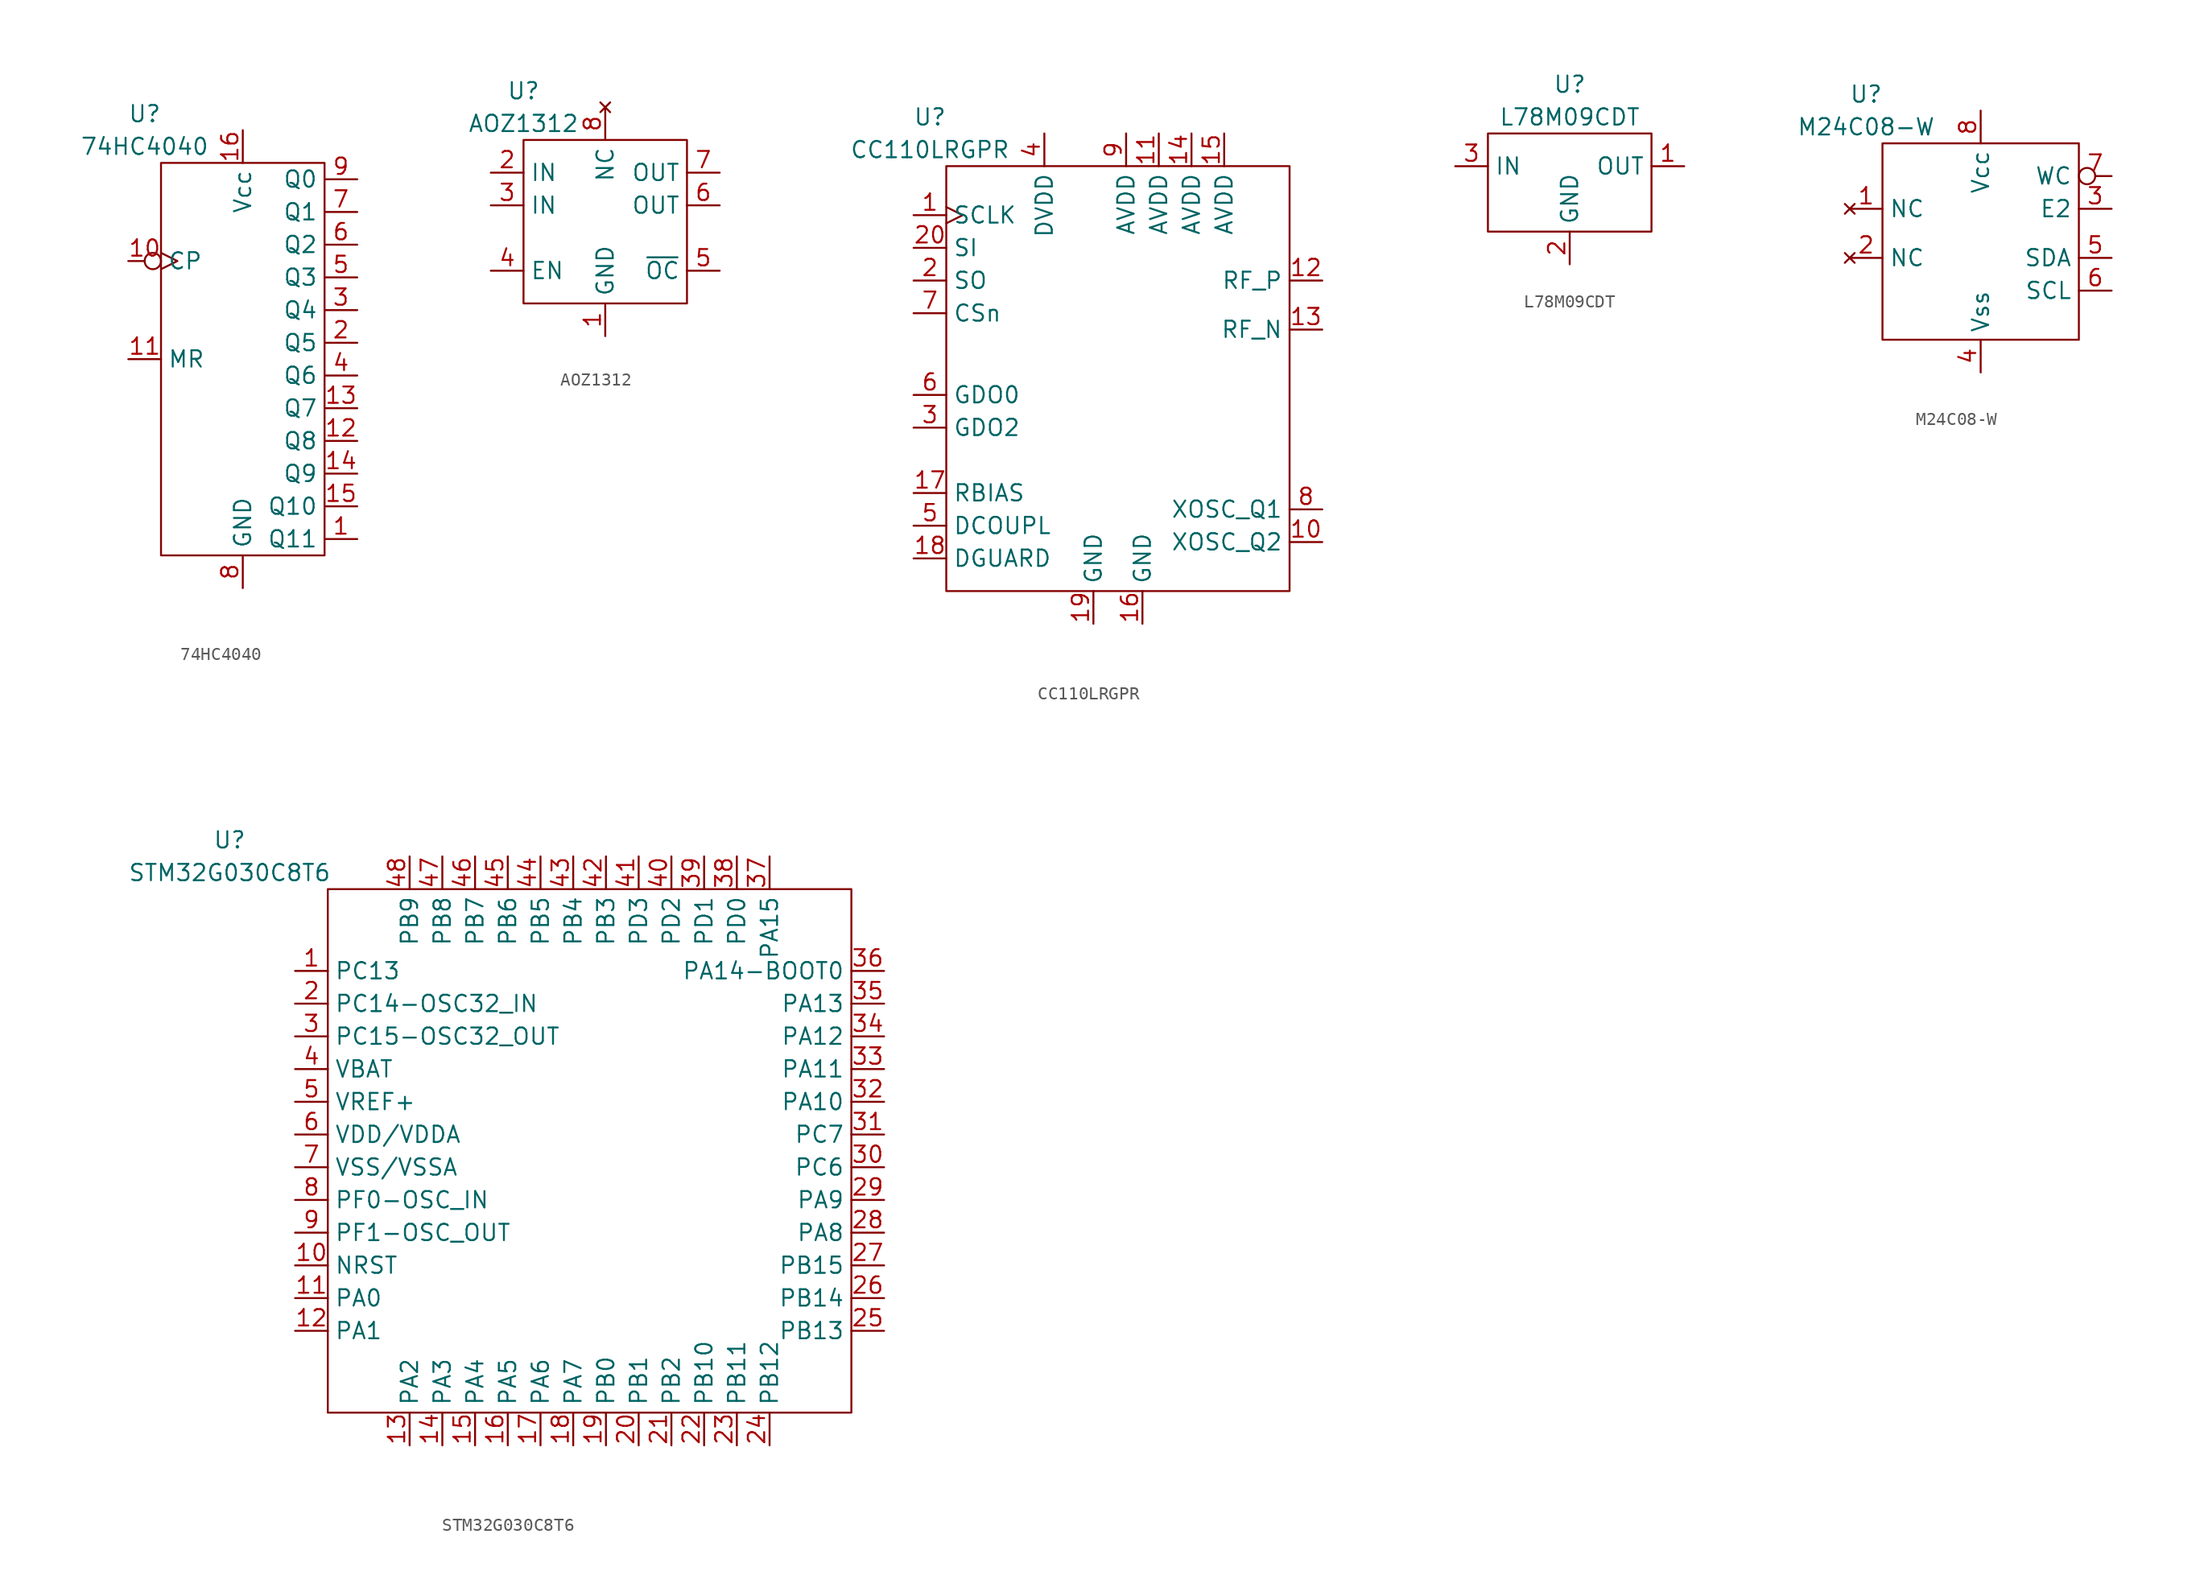
<source format=kicad_sym>
(kicad_symbol_lib
  (version 20211014)
  (generator kicad_symbol_editor)
  (symbol "74HC4040"
    (property "Reference" "U"
      (at -8.89 2.54 0)
      (effects (font (size 1.27 1.27))))
    (property "Value" "74HC4040"
      (at -8.89 0 0)
      (effects (font (size 1.27 1.27))))
    (symbol "74HC4040_0_1"
      (rectangle (start -7.62 -1.27) (end 5.08 -31.75) (stroke (width 0.152) (type default) (color 0 0 0 0)) (fill (type none))))
    (symbol "74HC4040_1_1"
      (pin output line (at 7.62 -30.48 180) (length 2.54) (name "Q11" (effects (font (size 1.27 1.27)))) (number "1" (effects (font (size 1.27 1.27)))))
      (pin input inverted_clock (at -10.16 -8.89 0) (length 2.54) (name "CP" (effects (font (size 1.27 1.27)))) (number "10" (effects (font (size 1.27 1.27)))))
      (pin input line (at -10.16 -16.51 0) (length 2.54) (name "MR" (effects (font (size 1.27 1.27)))) (number "11" (effects (font (size 1.27 1.27)))))
      (pin output line (at 7.62 -22.86 180) (length 2.54) (name "Q8" (effects (font (size 1.27 1.27)))) (number "12" (effects (font (size 1.27 1.27)))))
      (pin output line (at 7.62 -20.32 180) (length 2.54) (name "Q7" (effects (font (size 1.27 1.27)))) (number "13" (effects (font (size 1.27 1.27)))))
      (pin output line (at 7.62 -25.4 180) (length 2.54) (name "Q9" (effects (font (size 1.27 1.27)))) (number "14" (effects (font (size 1.27 1.27)))))
      (pin output line (at 7.62 -27.94 180) (length 2.54) (name "Q10" (effects (font (size 1.27 1.27)))) (number "15" (effects (font (size 1.27 1.27)))))
      (pin power_in line (at -1.27 1.27 270) (length 2.54) (name "Vcc" (effects (font (size 1.27 1.27)))) (number "16" (effects (font (size 1.27 1.27)))))
      (pin output line (at 7.62 -15.24 180) (length 2.54) (name "Q5" (effects (font (size 1.27 1.27)))) (number "2" (effects (font (size 1.27 1.27)))))
      (pin output line (at 7.62 -12.7 180) (length 2.54) (name "Q4" (effects (font (size 1.27 1.27)))) (number "3" (effects (font (size 1.27 1.27)))))
      (pin output line (at 7.62 -17.78 180) (length 2.54) (name "Q6" (effects (font (size 1.27 1.27)))) (number "4" (effects (font (size 1.27 1.27)))))
      (pin output line (at 7.62 -10.16 180) (length 2.54) (name "Q3" (effects (font (size 1.27 1.27)))) (number "5" (effects (font (size 1.27 1.27)))))
      (pin output line (at 7.62 -7.62 180) (length 2.54) (name "Q2" (effects (font (size 1.27 1.27)))) (number "6" (effects (font (size 1.27 1.27)))))
      (pin output line (at 7.62 -5.08 180) (length 2.54) (name "Q1" (effects (font (size 1.27 1.27)))) (number "7" (effects (font (size 1.27 1.27)))))
      (pin input line (at -1.27 -34.29 90) (length 2.54) (name "GND" (effects (font (size 1.27 1.27)))) (number "8" (effects (font (size 1.27 1.27)))))
      (pin output line (at 7.62 -2.54 180) (length 2.54) (name "Q0" (effects (font (size 1.27 1.27)))) (number "9" (effects (font (size 1.27 1.27)))))))
  (symbol "AOZ1312"
    (property "Reference" "U"
      (at -5.08 -1.27 0)
      (effects (font (size 1.27 1.27))))
    (property "Value" "AOZ1312"
      (at -5.08 -3.81 0)
      (effects (font (size 1.27 1.27))))
    (symbol "AOZ1312_0_1"
      (rectangle (start -5.08 -5.08) (end 7.62 -17.78) (stroke (width 0.152) (type default) (color 0 0 0 0)) (fill (type none))))
    (symbol "AOZ1312_1_1"
      (pin power_in line (at 1.27 -20.32 90) (length 2.54) (name "GND" (effects (font (size 1.27 1.27)))) (number "1" (effects (font (size 1.27 1.27)))))
      (pin input line (at -7.62 -7.62 0) (length 2.54) (name "IN" (effects (font (size 1.27 1.27)))) (number "2" (effects (font (size 1.27 1.27)))))
      (pin input line (at -7.62 -10.16 0) (length 2.54) (name "IN" (effects (font (size 1.27 1.27)))) (number "3" (effects (font (size 1.27 1.27)))))
      (pin input line (at -7.62 -15.24 0) (length 2.54) (name "EN" (effects (font (size 1.27 1.27)))) (number "4" (effects (font (size 1.27 1.27)))))
      (pin output line (at 10.16 -15.24 180) (length 2.54) (name "~{OC}" (effects (font (size 1.27 1.27)))) (number "5" (effects (font (size 1.27 1.27)))))
      (pin output line (at 10.16 -10.16 180) (length 2.54) (name "OUT" (effects (font (size 1.27 1.27)))) (number "6" (effects (font (size 1.27 1.27)))))
      (pin output line (at 10.16 -7.62 180) (length 2.54) (name "OUT" (effects (font (size 1.27 1.27)))) (number "7" (effects (font (size 1.27 1.27)))))
      (pin no_connect line (at 1.27 -2.54 270) (length 2.54) (name "NC" (effects (font (size 1.27 1.27)))) (number "8" (effects (font (size 1.27 1.27)))))))
  (symbol "CC110LRGPR"
    (property "Reference" "U"
      (at 1.27 1.27 0)
      (effects (font (size 1.27 1.27))))
    (property "Value" "CC110LRGPR"
      (at 1.27 -1.27 0)
      (effects (font (size 1.27 1.27))))
    (symbol "CC110LRGPR_0_1"
      (rectangle (start 2.54 -2.54) (end 29.21 -35.56) (stroke (width 0.152) (type default) (color 0 0 0 0)) (fill (type none))))
    (symbol "CC110LRGPR_1_1"
      (pin input clock (at 0 -6.35 0) (length 2.54) (name "SCLK" (effects (font (size 1.27 1.27)))) (number "1" (effects (font (size 1.27 1.27)))))
      (pin input line (at 31.75 -31.75 180) (length 2.54) (name "XOSC_Q2" (effects (font (size 1.27 1.27)))) (number "10" (effects (font (size 1.27 1.27)))))
      (pin power_in line (at 19.05 0 270) (length 2.54) (name "AVDD" (effects (font (size 1.27 1.27)))) (number "11" (effects (font (size 1.27 1.27)))))
      (pin input line (at 31.75 -11.43 180) (length 2.54) (name "RF_P" (effects (font (size 1.27 1.27)))) (number "12" (effects (font (size 1.27 1.27)))))
      (pin input line (at 31.75 -15.24 180) (length 2.54) (name "RF_N" (effects (font (size 1.27 1.27)))) (number "13" (effects (font (size 1.27 1.27)))))
      (pin power_in line (at 21.59 0 270) (length 2.54) (name "AVDD" (effects (font (size 1.27 1.27)))) (number "14" (effects (font (size 1.27 1.27)))))
      (pin power_in line (at 24.13 0 270) (length 2.54) (name "AVDD" (effects (font (size 1.27 1.27)))) (number "15" (effects (font (size 1.27 1.27)))))
      (pin input line (at 17.78 -38.1 90) (length 2.54) (name "GND" (effects (font (size 1.27 1.27)))) (number "16" (effects (font (size 1.27 1.27)))))
      (pin input line (at 0 -27.94 0) (length 2.54) (name "RBIAS" (effects (font (size 1.27 1.27)))) (number "17" (effects (font (size 1.27 1.27)))))
      (pin input line (at 0 -33.02 0) (length 2.54) (name "DGUARD" (effects (font (size 1.27 1.27)))) (number "18" (effects (font (size 1.27 1.27)))))
      (pin input line (at 13.97 -38.1 90) (length 2.54) (name "GND" (effects (font (size 1.27 1.27)))) (number "19" (effects (font (size 1.27 1.27)))))
      (pin output line (at 0 -11.43 0) (length 2.54) (name "SO" (effects (font (size 1.27 1.27)))) (number "2" (effects (font (size 1.27 1.27)))))
      (pin input line (at 0 -8.89 0) (length 2.54) (name "SI" (effects (font (size 1.27 1.27)))) (number "20" (effects (font (size 1.27 1.27)))))
      (pin input line (at 0 -22.86 0) (length 2.54) (name "GDO2" (effects (font (size 1.27 1.27)))) (number "3" (effects (font (size 1.27 1.27)))))
      (pin power_in line (at 10.16 0 270) (length 2.54) (name "DVDD" (effects (font (size 1.27 1.27)))) (number "4" (effects (font (size 1.27 1.27)))))
      (pin input line (at 0 -30.48 0) (length 2.54) (name "DCOUPL" (effects (font (size 1.27 1.27)))) (number "5" (effects (font (size 1.27 1.27)))))
      (pin input line (at 0 -20.32 0) (length 2.54) (name "GDO0" (effects (font (size 1.27 1.27)))) (number "6" (effects (font (size 1.27 1.27)))))
      (pin input line (at 0 -13.97 0) (length 2.54) (name "CSn" (effects (font (size 1.27 1.27)))) (number "7" (effects (font (size 1.27 1.27)))))
      (pin input line (at 31.75 -29.21 180) (length 2.54) (name "XOSC_Q1" (effects (font (size 1.27 1.27)))) (number "8" (effects (font (size 1.27 1.27)))))
      (pin power_in line (at 16.51 0 270) (length 2.54) (name "AVDD" (effects (font (size 1.27 1.27)))) (number "9" (effects (font (size 1.27 1.27)))))))
  (symbol "L78M09CDT"
    (property "Reference" "U"
      (at 1.27 1.27 0)
      (effects (font (size 1.27 1.27))))
    (property "Value" "L78M09CDT"
      (at 1.27 -1.27 0)
      (effects (font (size 1.27 1.27))))
    (symbol "L78M09CDT_0_1"
      (rectangle (start -5.08 -2.54) (end 7.62 -10.16) (stroke (width 0) (type default) (color 0 0 0 0)) (fill (type none))))
    (symbol "L78M09CDT_1_1"
      (pin power_out line (at 10.16 -5.08 180) (length 2.54) (name "OUT" (effects (font (size 1.27 1.27)))) (number "1" (effects (font (size 1.27 1.27)))))
      (pin input line (at 1.27 -12.7 90) (length 2.54) (name "GND" (effects (font (size 1.27 1.27)))) (number "2" (effects (font (size 1.27 1.27)))))
      (pin power_in line (at -7.62 -5.08 0) (length 2.54) (name "IN" (effects (font (size 1.27 1.27)))) (number "3" (effects (font (size 1.27 1.27)))))))
  (symbol "M24C08-W"
    (property "Reference" "U"
      (at -6.35 1.27 0)
      (effects (font (size 1.27 1.27))))
    (property "Value" "M24C08-W"
      (at -6.35 -1.27 0)
      (effects (font (size 1.27 1.27))))
    (symbol "M24C08-W_0_1"
      (rectangle (start -5.08 -2.54) (end 10.16 -17.78) (stroke (width 0.152) (type default) (color 0 0 0 0)) (fill (type none))))
    (symbol "M24C08-W_1_1"
      (pin no_connect line (at -7.62 -7.62 0) (length 2.54) (name "NC" (effects (font (size 1.27 1.27)))) (number "1" (effects (font (size 1.27 1.27)))))
      (pin no_connect line (at -7.62 -11.43 0) (length 2.54) (name "NC" (effects (font (size 1.27 1.27)))) (number "2" (effects (font (size 1.27 1.27)))))
      (pin input line (at 12.7 -7.62 180) (length 2.54) (name "E2" (effects (font (size 1.27 1.27)))) (number "3" (effects (font (size 1.27 1.27)))))
      (pin power_in line (at 2.54 -20.32 90) (length 2.54) (name "Vss" (effects (font (size 1.27 1.27)))) (number "4" (effects (font (size 1.27 1.27)))))
      (pin input line (at 12.7 -11.43 180) (length 2.54) (name "SDA" (effects (font (size 1.27 1.27)))) (number "5" (effects (font (size 1.27 1.27)))))
      (pin input line (at 12.7 -13.97 180) (length 2.54) (name "SCL" (effects (font (size 1.27 1.27)))) (number "6" (effects (font (size 1.27 1.27)))))
      (pin input inverted (at 12.7 -5.08 180) (length 2.54) (name "WC" (effects (font (size 1.27 1.27)))) (number "7" (effects (font (size 1.27 1.27)))))
      (pin power_in line (at 2.54 0 270) (length 2.54) (name "Vcc" (effects (font (size 1.27 1.27)))) (number "8" (effects (font (size 1.27 1.27)))))))
  (symbol "STM32G030C8T6"
    (property "Reference" "U"
      (at -20.32 3.81 0)
      (effects (font (size 1.27 1.27))))
    (property "Value" "STM32G030C8T6"
      (at -20.32 1.27 0)
      (effects (font (size 1.27 1.27))))
    (symbol "STM32G030C8T6_0_1"
      (rectangle (start -12.7 0) (end 27.94 -40.64) (stroke (width 0.152) (type default) (color 0 0 0 0)) (fill (type none))))
    (symbol "STM32G030C8T6_1_1"
      (pin bidirectional line (at -15.24 -6.35 0) (length 2.54) (name "PC13" (effects (font (size 1.27 1.27)))) (number "1" (effects (font (size 1.27 1.27)))))
      (pin input line (at -15.24 -29.21 0) (length 2.54) (name "NRST" (effects (font (size 1.27 1.27)))) (number "10" (effects (font (size 1.27 1.27)))))
      (pin bidirectional line (at -15.24 -31.75 0) (length 2.54) (name "PA0" (effects (font (size 1.27 1.27)))) (number "11" (effects (font (size 1.27 1.27)))))
      (pin bidirectional line (at -15.24 -34.29 0) (length 2.54) (name "PA1" (effects (font (size 1.27 1.27)))) (number "12" (effects (font (size 1.27 1.27)))))
      (pin bidirectional line (at -6.35 -43.18 90) (length 2.54) (name "PA2" (effects (font (size 1.27 1.27)))) (number "13" (effects (font (size 1.27 1.27)))))
      (pin bidirectional line (at -3.81 -43.18 90) (length 2.54) (name "PA3" (effects (font (size 1.27 1.27)))) (number "14" (effects (font (size 1.27 1.27)))))
      (pin bidirectional line (at -1.27 -43.18 90) (length 2.54) (name "PA4" (effects (font (size 1.27 1.27)))) (number "15" (effects (font (size 1.27 1.27)))))
      (pin bidirectional line (at 1.27 -43.18 90) (length 2.54) (name "PA5" (effects (font (size 1.27 1.27)))) (number "16" (effects (font (size 1.27 1.27)))))
      (pin bidirectional line (at 3.81 -43.18 90) (length 2.54) (name "PA6" (effects (font (size 1.27 1.27)))) (number "17" (effects (font (size 1.27 1.27)))))
      (pin bidirectional line (at 6.35 -43.18 90) (length 2.54) (name "PA7" (effects (font (size 1.27 1.27)))) (number "18" (effects (font (size 1.27 1.27)))))
      (pin bidirectional line (at 8.89 -43.18 90) (length 2.54) (name "PB0" (effects (font (size 1.27 1.27)))) (number "19" (effects (font (size 1.27 1.27)))))
      (pin output line (at -15.24 -8.89 0) (length 2.54) (name "PC14-OSC32_IN" (effects (font (size 1.27 1.27)))) (number "2" (effects (font (size 1.27 1.27)))))
      (pin bidirectional line (at 11.43 -43.18 90) (length 2.54) (name "PB1" (effects (font (size 1.27 1.27)))) (number "20" (effects (font (size 1.27 1.27)))))
      (pin bidirectional line (at 13.97 -43.18 90) (length 2.54) (name "PB2" (effects (font (size 1.27 1.27)))) (number "21" (effects (font (size 1.27 1.27)))))
      (pin bidirectional line (at 16.51 -43.18 90) (length 2.54) (name "PB10" (effects (font (size 1.27 1.27)))) (number "22" (effects (font (size 1.27 1.27)))))
      (pin bidirectional line (at 19.05 -43.18 90) (length 2.54) (name "PB11" (effects (font (size 1.27 1.27)))) (number "23" (effects (font (size 1.27 1.27)))))
      (pin bidirectional line (at 21.59 -43.18 90) (length 2.54) (name "PB12" (effects (font (size 1.27 1.27)))) (number "24" (effects (font (size 1.27 1.27)))))
      (pin bidirectional line (at 30.48 -34.29 180) (length 2.54) (name "PB13" (effects (font (size 1.27 1.27)))) (number "25" (effects (font (size 1.27 1.27)))))
      (pin bidirectional line (at 30.48 -31.75 180) (length 2.54) (name "PB14" (effects (font (size 1.27 1.27)))) (number "26" (effects (font (size 1.27 1.27)))))
      (pin bidirectional line (at 30.48 -29.21 180) (length 2.54) (name "PB15" (effects (font (size 1.27 1.27)))) (number "27" (effects (font (size 1.27 1.27)))))
      (pin bidirectional line (at 30.48 -26.67 180) (length 2.54) (name "PA8" (effects (font (size 1.27 1.27)))) (number "28" (effects (font (size 1.27 1.27)))))
      (pin bidirectional line (at 30.48 -24.13 180) (length 2.54) (name "PA9" (effects (font (size 1.27 1.27)))) (number "29" (effects (font (size 1.27 1.27)))))
      (pin output line (at -15.24 -11.43 0) (length 2.54) (name "PC15-OSC32_OUT" (effects (font (size 1.27 1.27)))) (number "3" (effects (font (size 1.27 1.27)))))
      (pin bidirectional line (at 30.48 -21.59 180) (length 2.54) (name "PC6" (effects (font (size 1.27 1.27)))) (number "30" (effects (font (size 1.27 1.27)))))
      (pin bidirectional line (at 30.48 -19.05 180) (length 2.54) (name "PC7" (effects (font (size 1.27 1.27)))) (number "31" (effects (font (size 1.27 1.27)))))
      (pin bidirectional line (at 30.48 -16.51 180) (length 2.54) (name "PA10" (effects (font (size 1.27 1.27)))) (number "32" (effects (font (size 1.27 1.27)))))
      (pin bidirectional line (at 30.48 -13.97 180) (length 2.54) (name "PA11" (effects (font (size 1.27 1.27)))) (number "33" (effects (font (size 1.27 1.27)))))
      (pin bidirectional line (at 30.48 -11.43 180) (length 2.54) (name "PA12" (effects (font (size 1.27 1.27)))) (number "34" (effects (font (size 1.27 1.27)))))
      (pin bidirectional line (at 30.48 -8.89 180) (length 2.54) (name "PA13" (effects (font (size 1.27 1.27)))) (number "35" (effects (font (size 1.27 1.27)))))
      (pin bidirectional line (at 30.48 -6.35 180) (length 2.54) (name "PA14-BOOT0" (effects (font (size 1.27 1.27)))) (number "36" (effects (font (size 1.27 1.27)))))
      (pin bidirectional line (at 21.59 2.54 270) (length 2.54) (name "PA15" (effects (font (size 1.27 1.27)))) (number "37" (effects (font (size 1.27 1.27)))))
      (pin bidirectional line (at 19.05 2.54 270) (length 2.54) (name "PD0" (effects (font (size 1.27 1.27)))) (number "38" (effects (font (size 1.27 1.27)))))
      (pin bidirectional line (at 16.51 2.54 270) (length 2.54) (name "PD1" (effects (font (size 1.27 1.27)))) (number "39" (effects (font (size 1.27 1.27)))))
      (pin power_in line (at -15.24 -13.97 0) (length 2.54) (name "VBAT" (effects (font (size 1.27 1.27)))) (number "4" (effects (font (size 1.27 1.27)))))
      (pin bidirectional line (at 13.97 2.54 270) (length 2.54) (name "PD2" (effects (font (size 1.27 1.27)))) (number "40" (effects (font (size 1.27 1.27)))))
      (pin bidirectional line (at 11.43 2.54 270) (length 2.54) (name "PD3" (effects (font (size 1.27 1.27)))) (number "41" (effects (font (size 1.27 1.27)))))
      (pin bidirectional line (at 8.89 2.54 270) (length 2.54) (name "PB3" (effects (font (size 1.27 1.27)))) (number "42" (effects (font (size 1.27 1.27)))))
      (pin bidirectional line (at 6.35 2.54 270) (length 2.54) (name "PB4" (effects (font (size 1.27 1.27)))) (number "43" (effects (font (size 1.27 1.27)))))
      (pin bidirectional line (at 3.81 2.54 270) (length 2.54) (name "PB5" (effects (font (size 1.27 1.27)))) (number "44" (effects (font (size 1.27 1.27)))))
      (pin bidirectional line (at 1.27 2.54 270) (length 2.54) (name "PB6" (effects (font (size 1.27 1.27)))) (number "45" (effects (font (size 1.27 1.27)))))
      (pin bidirectional line (at -1.27 2.54 270) (length 2.54) (name "PB7" (effects (font (size 1.27 1.27)))) (number "46" (effects (font (size 1.27 1.27)))))
      (pin bidirectional line (at -3.81 2.54 270) (length 2.54) (name "PB8" (effects (font (size 1.27 1.27)))) (number "47" (effects (font (size 1.27 1.27)))))
      (pin bidirectional line (at -6.35 2.54 270) (length 2.54) (name "PB9" (effects (font (size 1.27 1.27)))) (number "48" (effects (font (size 1.27 1.27)))))
      (pin power_in line (at -15.24 -16.51 0) (length 2.54) (name "VREF+" (effects (font (size 1.27 1.27)))) (number "5" (effects (font (size 1.27 1.27)))))
      (pin power_in line (at -15.24 -19.05 0) (length 2.54) (name "VDD/VDDA" (effects (font (size 1.27 1.27)))) (number "6" (effects (font (size 1.27 1.27)))))
      (pin power_in line (at -15.24 -21.59 0) (length 2.54) (name "VSS/VSSA" (effects (font (size 1.27 1.27)))) (number "7" (effects (font (size 1.27 1.27)))))
      (pin input line (at -15.24 -24.13 0) (length 2.54) (name "PF0-OSC_IN" (effects (font (size 1.27 1.27)))) (number "8" (effects (font (size 1.27 1.27)))))
      (pin output line (at -15.24 -26.67 0) (length 2.54) (name "PF1-OSC_OUT" (effects (font (size 1.27 1.27)))) (number "9" (effects (font (size 1.27 1.27))))))))
</source>
